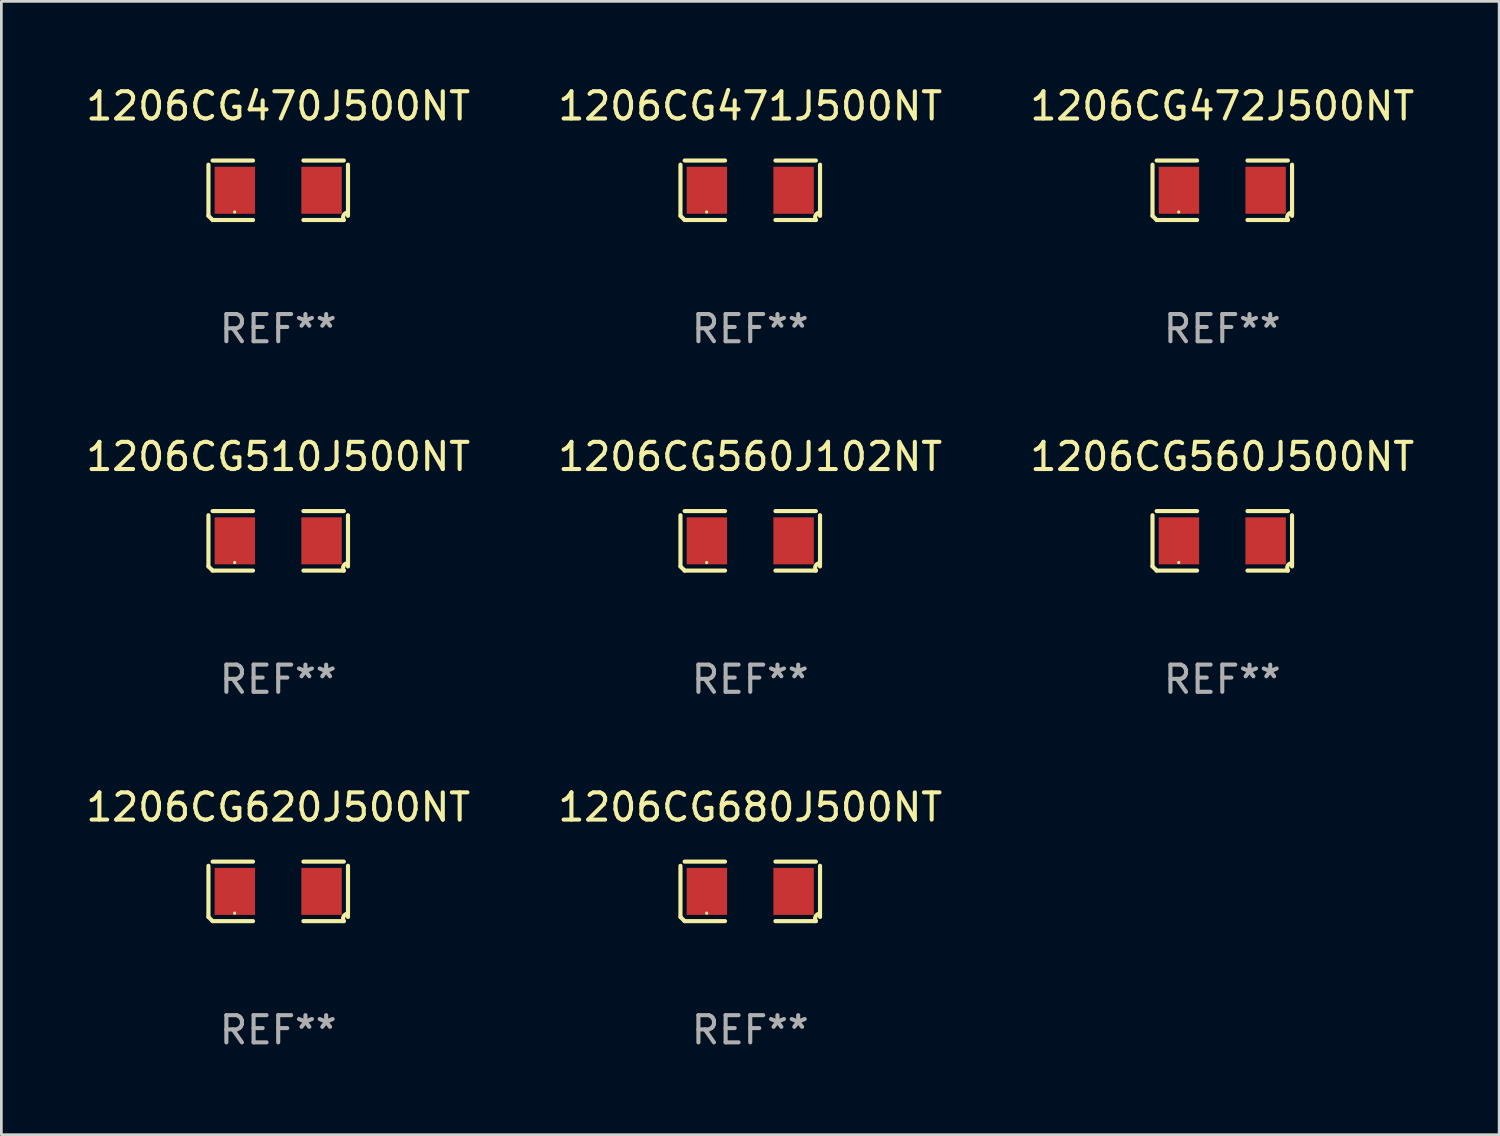
<source format=kicad_pcb>
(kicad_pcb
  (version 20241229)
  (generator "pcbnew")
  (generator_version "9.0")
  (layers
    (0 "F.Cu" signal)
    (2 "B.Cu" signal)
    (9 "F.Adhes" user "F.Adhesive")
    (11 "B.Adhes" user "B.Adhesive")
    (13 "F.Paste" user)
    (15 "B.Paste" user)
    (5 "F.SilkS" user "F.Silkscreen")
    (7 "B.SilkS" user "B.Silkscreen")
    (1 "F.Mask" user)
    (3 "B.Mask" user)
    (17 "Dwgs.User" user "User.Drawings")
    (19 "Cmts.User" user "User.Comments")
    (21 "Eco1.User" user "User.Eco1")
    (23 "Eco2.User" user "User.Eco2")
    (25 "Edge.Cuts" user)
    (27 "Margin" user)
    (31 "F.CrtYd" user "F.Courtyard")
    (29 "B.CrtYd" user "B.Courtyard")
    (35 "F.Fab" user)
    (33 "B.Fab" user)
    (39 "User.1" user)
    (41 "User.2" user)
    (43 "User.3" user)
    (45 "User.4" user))
  (footprint "1206CG470J500NT"
    (layer "F.Cu")
    (at 7.173 3.941)
    (property "Reference" "1206CG470J500NT" (at 0 -3.093 0) (layer "F.SilkS") (effects (font (size 1 1) (thickness 0.15))))
    (attr through_hole)
    (fp_line (start -2.564 0.94) (end -2.564 -0.94) (stroke (width 0.152) (type solid)) (layer "F.SilkS"))
    (fp_line (start -2.411 -1.093) (end -0.926 -1.093) (stroke (width 0.152) (type solid)) (layer "F.SilkS"))
    (fp_line (start -0.926 1.093) (end -2.411 1.093) (stroke (width 0.152) (type solid)) (layer "F.SilkS"))
    (fp_line (start 0.926 1.093) (end 2.411 1.093) (stroke (width 0.152) (type solid)) (layer "F.SilkS"))
    (fp_line (start 2.411 -1.093) (end 0.926 -1.093) (stroke (width 0.152) (type solid)) (layer "F.SilkS"))
    (fp_line (start 2.564 0.94) (end 2.564 -0.94) (stroke (width 0.152) (type solid)) (layer "F.SilkS"))
    (fp_arc (start -2.411201 1.092609) (mid -2.487413 1.01642) (end -2.563602 0.940208) (stroke (width 0.1524) (type solid)) (layer "F.SilkS"))
    (fp_arc (start 2.411201 1.092609) (mid 2.407159 0.911226) (end 2.563602 0.819347) (stroke (width 0.1524) (type solid)) (layer "F.SilkS"))
    (fp_circle (center -1.6 0.8) (end -1.57 0.8) (stroke (width 0.06) (type solid)) (fill no) (layer "F.SilkS"))
    (fp_text user "REF**" (at 0 5.093 0) (layer "F.Fab") (effects (font (size 1 1) (thickness 0.15))))
    (pad "1" smd rect (at -1.593 0) (size 1.485 1.728) (layers "F.Cu" "F.Mask" "F.Paste"))
    (pad "2" smd rect (at 1.593 0) (size 1.485 1.728) (layers "F.Cu" "F.Mask" "F.Paste")))
  (footprint "1206CG471J500NT"
    (layer "F.Cu")
    (at 24.518 3.941)
    (property "Reference" "1206CG471J500NT" (at 0 -3.093 0) (layer "F.SilkS") (effects (font (size 1 1) (thickness 0.15))))
    (attr through_hole)
    (fp_line (start -2.564 0.94) (end -2.564 -0.94) (stroke (width 0.152) (type solid)) (layer "F.SilkS"))
    (fp_line (start -2.411 -1.093) (end -0.926 -1.093) (stroke (width 0.152) (type solid)) (layer "F.SilkS"))
    (fp_line (start -0.926 1.093) (end -2.411 1.093) (stroke (width 0.152) (type solid)) (layer "F.SilkS"))
    (fp_line (start 0.926 1.093) (end 2.411 1.093) (stroke (width 0.152) (type solid)) (layer "F.SilkS"))
    (fp_line (start 2.411 -1.093) (end 0.926 -1.093) (stroke (width 0.152) (type solid)) (layer "F.SilkS"))
    (fp_line (start 2.564 0.94) (end 2.564 -0.94) (stroke (width 0.152) (type solid)) (layer "F.SilkS"))
    (fp_arc (start -2.411201 1.092609) (mid -2.487413 1.01642) (end -2.563602 0.940208) (stroke (width 0.1524) (type solid)) (layer "F.SilkS"))
    (fp_arc (start 2.411201 1.092609) (mid 2.407159 0.911226) (end 2.563602 0.819347) (stroke (width 0.1524) (type solid)) (layer "F.SilkS"))
    (fp_circle (center -1.6 0.8) (end -1.57 0.8) (stroke (width 0.06) (type solid)) (fill no) (layer "F.SilkS"))
    (fp_text user "REF**" (at 0 5.093 0) (layer "F.Fab") (effects (font (size 1 1) (thickness 0.15))))
    (pad "1" smd rect (at -1.593 0) (size 1.485 1.728) (layers "F.Cu" "F.Mask" "F.Paste"))
    (pad "2" smd rect (at 1.593 0) (size 1.485 1.728) (layers "F.Cu" "F.Mask" "F.Paste")))
  (footprint "1206CG560J500NT"
    (layer "F.Cu")
    (at 41.863 16.823)
    (property "Reference" "1206CG560J500NT" (at 0 -3.093 0) (layer "F.SilkS") (effects (font (size 1 1) (thickness 0.15))))
    (attr through_hole)
    (fp_line (start -2.564 0.94) (end -2.564 -0.94) (stroke (width 0.152) (type solid)) (layer "F.SilkS"))
    (fp_line (start -2.411 -1.093) (end -0.926 -1.093) (stroke (width 0.152) (type solid)) (layer "F.SilkS"))
    (fp_line (start -0.926 1.093) (end -2.411 1.093) (stroke (width 0.152) (type solid)) (layer "F.SilkS"))
    (fp_line (start 0.926 1.093) (end 2.411 1.093) (stroke (width 0.152) (type solid)) (layer "F.SilkS"))
    (fp_line (start 2.411 -1.093) (end 0.926 -1.093) (stroke (width 0.152) (type solid)) (layer "F.SilkS"))
    (fp_line (start 2.564 0.94) (end 2.564 -0.94) (stroke (width 0.152) (type solid)) (layer "F.SilkS"))
    (fp_arc (start -2.411201 1.092609) (mid -2.487413 1.01642) (end -2.563602 0.940208) (stroke (width 0.1524) (type solid)) (layer "F.SilkS"))
    (fp_arc (start 2.411201 1.092609) (mid 2.407159 0.911226) (end 2.563602 0.819347) (stroke (width 0.1524) (type solid)) (layer "F.SilkS"))
    (fp_circle (center -1.6 0.8) (end -1.57 0.8) (stroke (width 0.06) (type solid)) (fill no) (layer "F.SilkS"))
    (fp_text user "REF**" (at 0 5.093 0) (layer "F.Fab") (effects (font (size 1 1) (thickness 0.15))))
    (pad "1" smd rect (at -1.593 0) (size 1.485 1.728) (layers "F.Cu" "F.Mask" "F.Paste"))
    (pad "2" smd rect (at 1.593 0) (size 1.485 1.728) (layers "F.Cu" "F.Mask" "F.Paste")))
  (footprint "1206CG680J500NT"
    (layer "F.Cu")
    (at 24.518 29.704)
    (property "Reference" "1206CG680J500NT" (at 0 -3.093 0) (layer "F.SilkS") (effects (font (size 1 1) (thickness 0.15))))
    (attr through_hole)
    (fp_line (start -2.564 0.94) (end -2.564 -0.94) (stroke (width 0.152) (type solid)) (layer "F.SilkS"))
    (fp_line (start -2.411 -1.093) (end -0.926 -1.093) (stroke (width 0.152) (type solid)) (layer "F.SilkS"))
    (fp_line (start -0.926 1.093) (end -2.411 1.093) (stroke (width 0.152) (type solid)) (layer "F.SilkS"))
    (fp_line (start 0.926 1.093) (end 2.411 1.093) (stroke (width 0.152) (type solid)) (layer "F.SilkS"))
    (fp_line (start 2.411 -1.093) (end 0.926 -1.093) (stroke (width 0.152) (type solid)) (layer "F.SilkS"))
    (fp_line (start 2.564 0.94) (end 2.564 -0.94) (stroke (width 0.152) (type solid)) (layer "F.SilkS"))
    (fp_arc (start -2.411201 1.092609) (mid -2.487413 1.01642) (end -2.563602 0.940208) (stroke (width 0.1524) (type solid)) (layer "F.SilkS"))
    (fp_arc (start 2.411201 1.092609) (mid 2.407159 0.911226) (end 2.563602 0.819347) (stroke (width 0.1524) (type solid)) (layer "F.SilkS"))
    (fp_circle (center -1.6 0.8) (end -1.57 0.8) (stroke (width 0.06) (type solid)) (fill no) (layer "F.SilkS"))
    (fp_text user "REF**" (at 0 5.093 0) (layer "F.Fab") (effects (font (size 1 1) (thickness 0.15))))
    (pad "1" smd rect (at -1.593 0) (size 1.485 1.728) (layers "F.Cu" "F.Mask" "F.Paste"))
    (pad "2" smd rect (at 1.593 0) (size 1.485 1.728) (layers "F.Cu" "F.Mask" "F.Paste")))
  (footprint "1206CG510J500NT"
    (layer "F.Cu")
    (at 7.173 16.823)
    (property "Reference" "1206CG510J500NT" (at 0 -3.093 0) (layer "F.SilkS") (effects (font (size 1 1) (thickness 0.15))))
    (attr through_hole)
    (fp_line (start -2.564 0.94) (end -2.564 -0.94) (stroke (width 0.152) (type solid)) (layer "F.SilkS"))
    (fp_line (start -2.411 -1.093) (end -0.926 -1.093) (stroke (width 0.152) (type solid)) (layer "F.SilkS"))
    (fp_line (start -0.926 1.093) (end -2.411 1.093) (stroke (width 0.152) (type solid)) (layer "F.SilkS"))
    (fp_line (start 0.926 1.093) (end 2.411 1.093) (stroke (width 0.152) (type solid)) (layer "F.SilkS"))
    (fp_line (start 2.411 -1.093) (end 0.926 -1.093) (stroke (width 0.152) (type solid)) (layer "F.SilkS"))
    (fp_line (start 2.564 0.94) (end 2.564 -0.94) (stroke (width 0.152) (type solid)) (layer "F.SilkS"))
    (fp_arc (start -2.411201 1.092609) (mid -2.487413 1.01642) (end -2.563602 0.940208) (stroke (width 0.1524) (type solid)) (layer "F.SilkS"))
    (fp_arc (start 2.411201 1.092609) (mid 2.407159 0.911226) (end 2.563602 0.819347) (stroke (width 0.1524) (type solid)) (layer "F.SilkS"))
    (fp_circle (center -1.6 0.8) (end -1.57 0.8) (stroke (width 0.06) (type solid)) (fill no) (layer "F.SilkS"))
    (fp_text user "REF**" (at 0 5.093 0) (layer "F.Fab") (effects (font (size 1 1) (thickness 0.15))))
    (pad "1" smd rect (at -1.593 0) (size 1.485 1.728) (layers "F.Cu" "F.Mask" "F.Paste"))
    (pad "2" smd rect (at 1.593 0) (size 1.485 1.728) (layers "F.Cu" "F.Mask" "F.Paste")))
  (footprint "1206CG620J500NT"
    (layer "F.Cu")
    (at 7.173 29.704)
    (property "Reference" "1206CG620J500NT" (at 0 -3.093 0) (layer "F.SilkS") (effects (font (size 1 1) (thickness 0.15))))
    (attr through_hole)
    (fp_line (start -2.564 0.94) (end -2.564 -0.94) (stroke (width 0.152) (type solid)) (layer "F.SilkS"))
    (fp_line (start -2.411 -1.093) (end -0.926 -1.093) (stroke (width 0.152) (type solid)) (layer "F.SilkS"))
    (fp_line (start -0.926 1.093) (end -2.411 1.093) (stroke (width 0.152) (type solid)) (layer "F.SilkS"))
    (fp_line (start 0.926 1.093) (end 2.411 1.093) (stroke (width 0.152) (type solid)) (layer "F.SilkS"))
    (fp_line (start 2.411 -1.093) (end 0.926 -1.093) (stroke (width 0.152) (type solid)) (layer "F.SilkS"))
    (fp_line (start 2.564 0.94) (end 2.564 -0.94) (stroke (width 0.152) (type solid)) (layer "F.SilkS"))
    (fp_arc (start -2.411201 1.092609) (mid -2.487413 1.01642) (end -2.563602 0.940208) (stroke (width 0.1524) (type solid)) (layer "F.SilkS"))
    (fp_arc (start 2.411201 1.092609) (mid 2.407159 0.911226) (end 2.563602 0.819347) (stroke (width 0.1524) (type solid)) (layer "F.SilkS"))
    (fp_circle (center -1.6 0.8) (end -1.57 0.8) (stroke (width 0.06) (type solid)) (fill no) (layer "F.SilkS"))
    (fp_text user "REF**" (at 0 5.093 0) (layer "F.Fab") (effects (font (size 1 1) (thickness 0.15))))
    (pad "1" smd rect (at -1.593 0) (size 1.485 1.728) (layers "F.Cu" "F.Mask" "F.Paste"))
    (pad "2" smd rect (at 1.593 0) (size 1.485 1.728) (layers "F.Cu" "F.Mask" "F.Paste")))
  (footprint "1206CG560J102NT"
    (layer "F.Cu")
    (at 24.518 16.823)
    (property "Reference" "1206CG560J102NT" (at 0 -3.093 0) (layer "F.SilkS") (effects (font (size 1 1) (thickness 0.15))))
    (attr through_hole)
    (fp_line (start -2.564 0.94) (end -2.564 -0.94) (stroke (width 0.152) (type solid)) (layer "F.SilkS"))
    (fp_line (start -2.411 -1.093) (end -0.926 -1.093) (stroke (width 0.152) (type solid)) (layer "F.SilkS"))
    (fp_line (start -0.926 1.093) (end -2.411 1.093) (stroke (width 0.152) (type solid)) (layer "F.SilkS"))
    (fp_line (start 0.926 1.093) (end 2.411 1.093) (stroke (width 0.152) (type solid)) (layer "F.SilkS"))
    (fp_line (start 2.411 -1.093) (end 0.926 -1.093) (stroke (width 0.152) (type solid)) (layer "F.SilkS"))
    (fp_line (start 2.564 0.94) (end 2.564 -0.94) (stroke (width 0.152) (type solid)) (layer "F.SilkS"))
    (fp_arc (start -2.411201 1.092609) (mid -2.487413 1.01642) (end -2.563602 0.940208) (stroke (width 0.1524) (type solid)) (layer "F.SilkS"))
    (fp_arc (start 2.411201 1.092609) (mid 2.407159 0.911226) (end 2.563602 0.819347) (stroke (width 0.1524) (type solid)) (layer "F.SilkS"))
    (fp_circle (center -1.6 0.8) (end -1.57 0.8) (stroke (width 0.06) (type solid)) (fill no) (layer "F.SilkS"))
    (fp_text user "REF**" (at 0 5.093 0) (layer "F.Fab") (effects (font (size 1 1) (thickness 0.15))))
    (pad "1" smd rect (at -1.593 0) (size 1.485 1.728) (layers "F.Cu" "F.Mask" "F.Paste"))
    (pad "2" smd rect (at 1.593 0) (size 1.485 1.728) (layers "F.Cu" "F.Mask" "F.Paste")))
  (footprint "1206CG472J500NT"
    (layer "F.Cu")
    (at 41.863 3.941)
    (property "Reference" "1206CG472J500NT" (at 0 -3.093 0) (layer "F.SilkS") (effects (font (size 1 1) (thickness 0.15))))
    (attr through_hole)
    (fp_line (start -2.564 0.94) (end -2.564 -0.94) (stroke (width 0.152) (type solid)) (layer "F.SilkS"))
    (fp_line (start -2.411 -1.093) (end -0.926 -1.093) (stroke (width 0.152) (type solid)) (layer "F.SilkS"))
    (fp_line (start -0.926 1.093) (end -2.411 1.093) (stroke (width 0.152) (type solid)) (layer "F.SilkS"))
    (fp_line (start 0.926 1.093) (end 2.411 1.093) (stroke (width 0.152) (type solid)) (layer "F.SilkS"))
    (fp_line (start 2.411 -1.093) (end 0.926 -1.093) (stroke (width 0.152) (type solid)) (layer "F.SilkS"))
    (fp_line (start 2.564 0.94) (end 2.564 -0.94) (stroke (width 0.152) (type solid)) (layer "F.SilkS"))
    (fp_arc (start -2.411201 1.092609) (mid -2.487413 1.01642) (end -2.563602 0.940208) (stroke (width 0.1524) (type solid)) (layer "F.SilkS"))
    (fp_arc (start 2.411201 1.092609) (mid 2.407159 0.911226) (end 2.563602 0.819347) (stroke (width 0.1524) (type solid)) (layer "F.SilkS"))
    (fp_circle (center -1.6 0.8) (end -1.57 0.8) (stroke (width 0.06) (type solid)) (fill no) (layer "F.SilkS"))
    (fp_text user "REF**" (at 0 5.093 0) (layer "F.Fab") (effects (font (size 1 1) (thickness 0.15))))
    (pad "1" smd rect (at -1.593 0) (size 1.485 1.728) (layers "F.Cu" "F.Mask" "F.Paste"))
    (pad "2" smd rect (at 1.593 0) (size 1.485 1.728) (layers "F.Cu" "F.Mask" "F.Paste")))
  (gr_rect
    (start -3 -3)
    (end 52.036 38.645)
    (stroke (width 0.1) (type default))
    (fill no)
    (layer "Edge.Cuts")))
</source>
